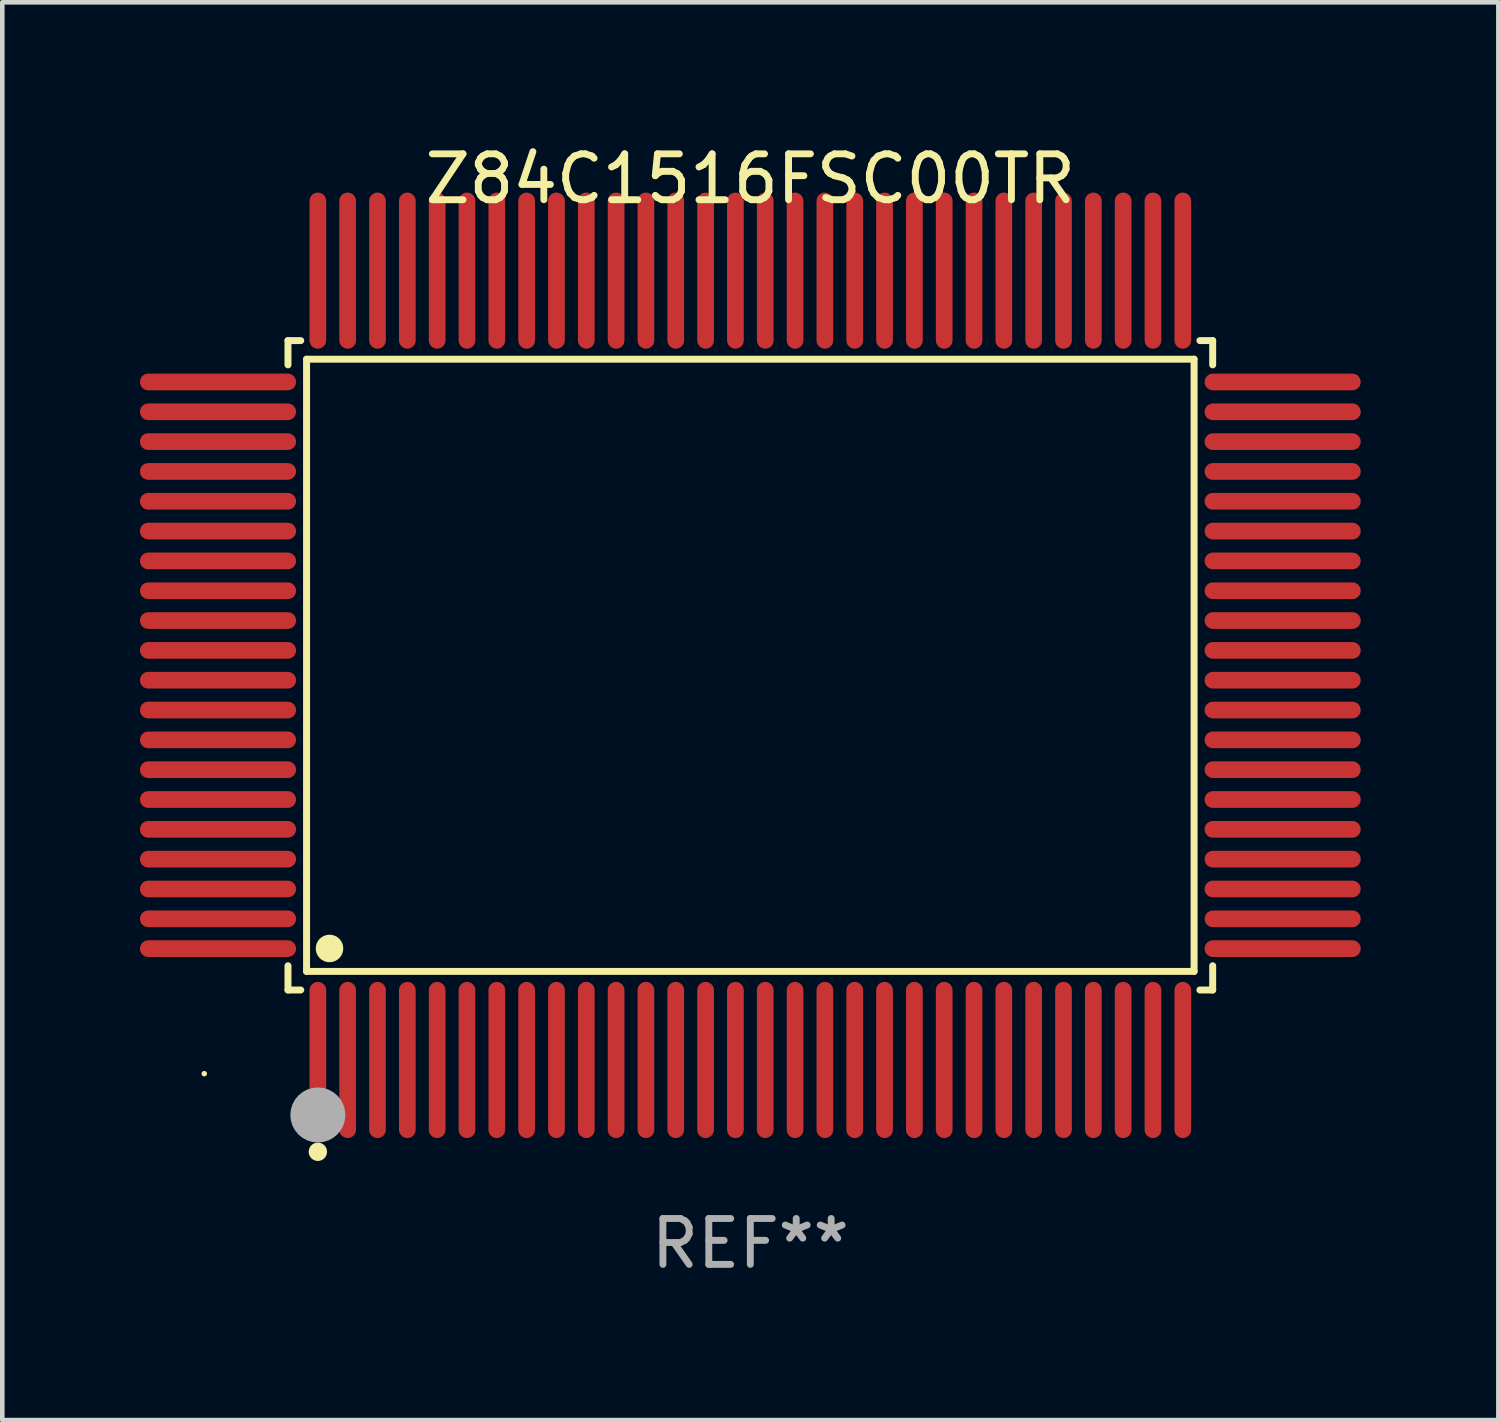
<source format=kicad_pcb>
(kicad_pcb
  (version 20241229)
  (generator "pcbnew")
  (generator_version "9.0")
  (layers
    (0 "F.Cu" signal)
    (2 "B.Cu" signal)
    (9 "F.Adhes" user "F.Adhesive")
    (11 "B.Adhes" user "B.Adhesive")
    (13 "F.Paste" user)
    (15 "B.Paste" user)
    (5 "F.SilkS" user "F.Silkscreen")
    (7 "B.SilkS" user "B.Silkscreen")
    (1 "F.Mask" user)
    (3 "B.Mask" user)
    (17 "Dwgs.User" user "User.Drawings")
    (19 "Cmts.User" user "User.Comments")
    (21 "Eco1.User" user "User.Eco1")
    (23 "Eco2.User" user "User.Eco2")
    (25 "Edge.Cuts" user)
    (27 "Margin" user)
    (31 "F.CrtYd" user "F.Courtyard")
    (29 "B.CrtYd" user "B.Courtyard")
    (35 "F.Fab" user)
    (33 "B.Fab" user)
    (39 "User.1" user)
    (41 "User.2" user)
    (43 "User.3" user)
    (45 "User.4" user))
  (footprint "Z84C1516FSC00TR"
    (layer "F.Cu")
    (at 13.302 11.449)
    (property "Reference" "Z84C1516FSC00TR" (at 0 -10.601 0) (layer "F.SilkS") (effects (font (size 1 1) (thickness 0.15))))
    (attr through_hole)
    (fp_line (start -10.076 -7.076) (end -9.798 -7.076) (stroke (width 0.152) (type solid)) (layer "F.SilkS"))
    (fp_line (start -10.076 -6.548) (end -10.076 -7.076) (stroke (width 0.152) (type solid)) (layer "F.SilkS"))
    (fp_line (start -10.076 6.548) (end -10.076 7.076) (stroke (width 0.152) (type solid)) (layer "F.SilkS"))
    (fp_line (start -10.076 7.076) (end -9.798 7.076) (stroke (width 0.152) (type solid)) (layer "F.SilkS"))
    (fp_line (start -9.671 -6.671) (end 9.671 -6.671) (stroke (width 0.152) (type solid)) (layer "F.SilkS"))
    (fp_line (start -9.671 6.671) (end -9.671 -6.671) (stroke (width 0.152) (type solid)) (layer "F.SilkS"))
    (fp_line (start 9.671 -6.671) (end 9.671 6.671) (stroke (width 0.152) (type solid)) (layer "F.SilkS"))
    (fp_line (start 9.671 6.671) (end -9.671 6.671) (stroke (width 0.152) (type solid)) (layer "F.SilkS"))
    (fp_line (start 10.076 -7.076) (end 9.798 -7.076) (stroke (width 0.152) (type solid)) (layer "F.SilkS"))
    (fp_line (start 10.076 -6.548) (end 10.076 -7.076) (stroke (width 0.152) (type solid)) (layer "F.SilkS"))
    (fp_line (start 10.076 6.548) (end 10.076 7.076) (stroke (width 0.152) (type solid)) (layer "F.SilkS"))
    (fp_line (start 10.076 7.076) (end 9.798 7.076) (stroke (width 0.152) (type solid)) (layer "F.SilkS"))
    (fp_circle (center -11.9 8.9) (end -11.87 8.9) (stroke (width 0.06) (type solid)) (fill no) (layer "F.SilkS"))
    (fp_circle (center -9.425 10.602) (end -9.325 10.602) (stroke (width 0.2) (type solid)) (fill no) (layer "F.SilkS"))
    (fp_circle (center -9.171 6.171) (end -9.021 6.171) (stroke (width 0.3) (type solid)) (fill no) (layer "F.SilkS"))
    (fp_circle (center -9.425 9.8) (end -9.125 9.8) (stroke (width 0.6) (type solid)) (fill no) (layer "F.Fab"))
    (fp_text user "REF**" (at 0 12.601 0) (layer "F.Fab") (effects (font (size 1 1) (thickness 0.15))))
    (pad "1" smd oval (at -9.425 8.601) (size 0.364 3.402) (layers "F.Cu" "F.Mask" "F.Paste"))
    (pad "2" smd oval (at -8.775 8.601) (size 0.364 3.402) (layers "F.Cu" "F.Mask" "F.Paste"))
    (pad "3" smd oval (at -8.125 8.601) (size 0.364 3.402) (layers "F.Cu" "F.Mask" "F.Paste"))
    (pad "4" smd oval (at -7.475 8.601) (size 0.364 3.402) (layers "F.Cu" "F.Mask" "F.Paste"))
    (pad "5" smd oval (at -6.825 8.601) (size 0.364 3.402) (layers "F.Cu" "F.Mask" "F.Paste"))
    (pad "6" smd oval (at -6.175 8.601) (size 0.364 3.402) (layers "F.Cu" "F.Mask" "F.Paste"))
    (pad "7" smd oval (at -5.525 8.601) (size 0.364 3.402) (layers "F.Cu" "F.Mask" "F.Paste"))
    (pad "8" smd oval (at -4.875 8.601) (size 0.364 3.402) (layers "F.Cu" "F.Mask" "F.Paste"))
    (pad "9" smd oval (at -4.225 8.601) (size 0.364 3.402) (layers "F.Cu" "F.Mask" "F.Paste"))
    (pad "10" smd oval (at -3.575 8.601) (size 0.364 3.402) (layers "F.Cu" "F.Mask" "F.Paste"))
    (pad "11" smd oval (at -2.925 8.601) (size 0.364 3.402) (layers "F.Cu" "F.Mask" "F.Paste"))
    (pad "12" smd oval (at -2.275 8.601) (size 0.364 3.402) (layers "F.Cu" "F.Mask" "F.Paste"))
    (pad "13" smd oval (at -1.625 8.601) (size 0.364 3.402) (layers "F.Cu" "F.Mask" "F.Paste"))
    (pad "14" smd oval (at -0.975 8.601) (size 0.364 3.402) (layers "F.Cu" "F.Mask" "F.Paste"))
    (pad "15" smd oval (at -0.325 8.601) (size 0.364 3.402) (layers "F.Cu" "F.Mask" "F.Paste"))
    (pad "16" smd oval (at 0.325 8.601) (size 0.364 3.402) (layers "F.Cu" "F.Mask" "F.Paste"))
    (pad "17" smd oval (at 0.975 8.601) (size 0.364 3.402) (layers "F.Cu" "F.Mask" "F.Paste"))
    (pad "18" smd oval (at 1.625 8.601) (size 0.364 3.402) (layers "F.Cu" "F.Mask" "F.Paste"))
    (pad "19" smd oval (at 2.275 8.601) (size 0.364 3.402) (layers "F.Cu" "F.Mask" "F.Paste"))
    (pad "20" smd oval (at 2.925 8.601) (size 0.364 3.402) (layers "F.Cu" "F.Mask" "F.Paste"))
    (pad "21" smd oval (at 3.575 8.601) (size 0.364 3.402) (layers "F.Cu" "F.Mask" "F.Paste"))
    (pad "22" smd oval (at 4.225 8.601) (size 0.364 3.402) (layers "F.Cu" "F.Mask" "F.Paste"))
    (pad "23" smd oval (at 4.875 8.601) (size 0.364 3.402) (layers "F.Cu" "F.Mask" "F.Paste"))
    (pad "24" smd oval (at 5.525 8.601) (size 0.364 3.402) (layers "F.Cu" "F.Mask" "F.Paste"))
    (pad "25" smd oval (at 6.175 8.601) (size 0.364 3.402) (layers "F.Cu" "F.Mask" "F.Paste"))
    (pad "26" smd oval (at 6.825 8.601) (size 0.364 3.402) (layers "F.Cu" "F.Mask" "F.Paste"))
    (pad "27" smd oval (at 7.475 8.601) (size 0.364 3.402) (layers "F.Cu" "F.Mask" "F.Paste"))
    (pad "28" smd oval (at 8.125 8.601) (size 0.364 3.402) (layers "F.Cu" "F.Mask" "F.Paste"))
    (pad "29" smd oval (at 8.775 8.601) (size 0.364 3.402) (layers "F.Cu" "F.Mask" "F.Paste"))
    (pad "30" smd oval (at 9.425 8.601) (size 0.364 3.402) (layers "F.Cu" "F.Mask" "F.Paste"))
    (pad "31" smd oval (at 11.601 6.175) (size 3.402 0.364) (layers "F.Cu" "F.Mask" "F.Paste"))
    (pad "32" smd oval (at 11.601 5.525) (size 3.402 0.364) (layers "F.Cu" "F.Mask" "F.Paste"))
    (pad "33" smd oval (at 11.601 4.875) (size 3.402 0.364) (layers "F.Cu" "F.Mask" "F.Paste"))
    (pad "34" smd oval (at 11.601 4.225) (size 3.402 0.364) (layers "F.Cu" "F.Mask" "F.Paste"))
    (pad "35" smd oval (at 11.601 3.575) (size 3.402 0.364) (layers "F.Cu" "F.Mask" "F.Paste"))
    (pad "36" smd oval (at 11.601 2.925) (size 3.402 0.364) (layers "F.Cu" "F.Mask" "F.Paste"))
    (pad "37" smd oval (at 11.601 2.275) (size 3.402 0.364) (layers "F.Cu" "F.Mask" "F.Paste"))
    (pad "38" smd oval (at 11.601 1.625) (size 3.402 0.364) (layers "F.Cu" "F.Mask" "F.Paste"))
    (pad "39" smd oval (at 11.601 0.975) (size 3.402 0.364) (layers "F.Cu" "F.Mask" "F.Paste"))
    (pad "40" smd oval (at 11.601 0.325) (size 3.402 0.364) (layers "F.Cu" "F.Mask" "F.Paste"))
    (pad "41" smd oval (at 11.601 -0.325) (size 3.402 0.364) (layers "F.Cu" "F.Mask" "F.Paste"))
    (pad "42" smd oval (at 11.601 -0.975) (size 3.402 0.364) (layers "F.Cu" "F.Mask" "F.Paste"))
    (pad "43" smd oval (at 11.601 -1.625) (size 3.402 0.364) (layers "F.Cu" "F.Mask" "F.Paste"))
    (pad "44" smd oval (at 11.601 -2.275) (size 3.402 0.364) (layers "F.Cu" "F.Mask" "F.Paste"))
    (pad "45" smd oval (at 11.601 -2.925) (size 3.402 0.364) (layers "F.Cu" "F.Mask" "F.Paste"))
    (pad "46" smd oval (at 11.601 -3.575) (size 3.402 0.364) (layers "F.Cu" "F.Mask" "F.Paste"))
    (pad "47" smd oval (at 11.601 -4.225) (size 3.402 0.364) (layers "F.Cu" "F.Mask" "F.Paste"))
    (pad "48" smd oval (at 11.601 -4.875) (size 3.402 0.364) (layers "F.Cu" "F.Mask" "F.Paste"))
    (pad "49" smd oval (at 11.601 -5.525) (size 3.402 0.364) (layers "F.Cu" "F.Mask" "F.Paste"))
    (pad "50" smd oval (at 11.601 -6.175) (size 3.402 0.364) (layers "F.Cu" "F.Mask" "F.Paste"))
    (pad "51" smd oval (at 9.425 -8.601) (size 0.364 3.402) (layers "F.Cu" "F.Mask" "F.Paste"))
    (pad "52" smd oval (at 8.775 -8.601) (size 0.364 3.402) (layers "F.Cu" "F.Mask" "F.Paste"))
    (pad "53" smd oval (at 8.125 -8.601) (size 0.364 3.402) (layers "F.Cu" "F.Mask" "F.Paste"))
    (pad "54" smd oval (at 7.475 -8.601) (size 0.364 3.402) (layers "F.Cu" "F.Mask" "F.Paste"))
    (pad "55" smd oval (at 6.825 -8.601) (size 0.364 3.402) (layers "F.Cu" "F.Mask" "F.Paste"))
    (pad "56" smd oval (at 6.175 -8.601) (size 0.364 3.402) (layers "F.Cu" "F.Mask" "F.Paste"))
    (pad "57" smd oval (at 5.525 -8.601) (size 0.364 3.402) (layers "F.Cu" "F.Mask" "F.Paste"))
    (pad "58" smd oval (at 4.875 -8.601) (size 0.364 3.402) (layers "F.Cu" "F.Mask" "F.Paste"))
    (pad "59" smd oval (at 4.225 -8.601) (size 0.364 3.402) (layers "F.Cu" "F.Mask" "F.Paste"))
    (pad "60" smd oval (at 3.575 -8.601) (size 0.364 3.402) (layers "F.Cu" "F.Mask" "F.Paste"))
    (pad "61" smd oval (at 2.925 -8.601) (size 0.364 3.402) (layers "F.Cu" "F.Mask" "F.Paste"))
    (pad "62" smd oval (at 2.275 -8.601) (size 0.364 3.402) (layers "F.Cu" "F.Mask" "F.Paste"))
    (pad "63" smd oval (at 1.625 -8.601) (size 0.364 3.402) (layers "F.Cu" "F.Mask" "F.Paste"))
    (pad "64" smd oval (at 0.975 -8.601) (size 0.364 3.402) (layers "F.Cu" "F.Mask" "F.Paste"))
    (pad "65" smd oval (at 0.325 -8.601) (size 0.364 3.402) (layers "F.Cu" "F.Mask" "F.Paste"))
    (pad "66" smd oval (at -0.325 -8.601) (size 0.364 3.402) (layers "F.Cu" "F.Mask" "F.Paste"))
    (pad "67" smd oval (at -0.975 -8.601) (size 0.364 3.402) (layers "F.Cu" "F.Mask" "F.Paste"))
    (pad "68" smd oval (at -1.625 -8.601) (size 0.364 3.402) (layers "F.Cu" "F.Mask" "F.Paste"))
    (pad "69" smd oval (at -2.275 -8.601) (size 0.364 3.402) (layers "F.Cu" "F.Mask" "F.Paste"))
    (pad "70" smd oval (at -2.925 -8.601) (size 0.364 3.402) (layers "F.Cu" "F.Mask" "F.Paste"))
    (pad "71" smd oval (at -3.575 -8.601) (size 0.364 3.402) (layers "F.Cu" "F.Mask" "F.Paste"))
    (pad "72" smd oval (at -4.225 -8.601) (size 0.364 3.402) (layers "F.Cu" "F.Mask" "F.Paste"))
    (pad "73" smd oval (at -4.875 -8.601) (size 0.364 3.402) (layers "F.Cu" "F.Mask" "F.Paste"))
    (pad "74" smd oval (at -5.525 -8.601) (size 0.364 3.402) (layers "F.Cu" "F.Mask" "F.Paste"))
    (pad "75" smd oval (at -6.175 -8.601) (size 0.364 3.402) (layers "F.Cu" "F.Mask" "F.Paste"))
    (pad "76" smd oval (at -6.825 -8.601) (size 0.364 3.402) (layers "F.Cu" "F.Mask" "F.Paste"))
    (pad "77" smd oval (at -7.475 -8.601) (size 0.364 3.402) (layers "F.Cu" "F.Mask" "F.Paste"))
    (pad "78" smd oval (at -8.125 -8.601) (size 0.364 3.402) (layers "F.Cu" "F.Mask" "F.Paste"))
    (pad "79" smd oval (at -8.775 -8.601) (size 0.364 3.402) (layers "F.Cu" "F.Mask" "F.Paste"))
    (pad "80" smd oval (at -9.425 -8.601) (size 0.364 3.402) (layers "F.Cu" "F.Mask" "F.Paste"))
    (pad "81" smd oval (at -11.601 -6.175) (size 3.402 0.364) (layers "F.Cu" "F.Mask" "F.Paste"))
    (pad "82" smd oval (at -11.601 -5.525) (size 3.402 0.364) (layers "F.Cu" "F.Mask" "F.Paste"))
    (pad "83" smd oval (at -11.601 -4.875) (size 3.402 0.364) (layers "F.Cu" "F.Mask" "F.Paste"))
    (pad "84" smd oval (at -11.601 -4.225) (size 3.402 0.364) (layers "F.Cu" "F.Mask" "F.Paste"))
    (pad "85" smd oval (at -11.601 -3.575) (size 3.402 0.364) (layers "F.Cu" "F.Mask" "F.Paste"))
    (pad "86" smd oval (at -11.601 -2.925) (size 3.402 0.364) (layers "F.Cu" "F.Mask" "F.Paste"))
    (pad "87" smd oval (at -11.601 -2.275) (size 3.402 0.364) (layers "F.Cu" "F.Mask" "F.Paste"))
    (pad "88" smd oval (at -11.601 -1.625) (size 3.402 0.364) (layers "F.Cu" "F.Mask" "F.Paste"))
    (pad "89" smd oval (at -11.601 -0.975) (size 3.402 0.364) (layers "F.Cu" "F.Mask" "F.Paste"))
    (pad "90" smd oval (at -11.601 -0.325) (size 3.402 0.364) (layers "F.Cu" "F.Mask" "F.Paste"))
    (pad "91" smd oval (at -11.601 0.325) (size 3.402 0.364) (layers "F.Cu" "F.Mask" "F.Paste"))
    (pad "92" smd oval (at -11.601 0.975) (size 3.402 0.364) (layers "F.Cu" "F.Mask" "F.Paste"))
    (pad "93" smd oval (at -11.601 1.625) (size 3.402 0.364) (layers "F.Cu" "F.Mask" "F.Paste"))
    (pad "94" smd oval (at -11.601 2.275) (size 3.402 0.364) (layers "F.Cu" "F.Mask" "F.Paste"))
    (pad "95" smd oval (at -11.601 2.925) (size 3.402 0.364) (layers "F.Cu" "F.Mask" "F.Paste"))
    (pad "96" smd oval (at -11.601 3.575) (size 3.402 0.364) (layers "F.Cu" "F.Mask" "F.Paste"))
    (pad "97" smd oval (at -11.601 4.225) (size 3.402 0.364) (layers "F.Cu" "F.Mask" "F.Paste"))
    (pad "98" smd oval (at -11.601 4.875) (size 3.402 0.364) (layers "F.Cu" "F.Mask" "F.Paste"))
    (pad "99" smd oval (at -11.601 5.525) (size 3.402 0.364) (layers "F.Cu" "F.Mask" "F.Paste"))
    (pad "100" smd oval (at -11.601 6.175) (size 3.402 0.364) (layers "F.Cu" "F.Mask" "F.Paste")))
  (gr_rect
    (start -3 -3)
    (end 29.604 27.898)
    (stroke (width 0.1) (type default))
    (fill no)
    (layer "Edge.Cuts")))
</source>
